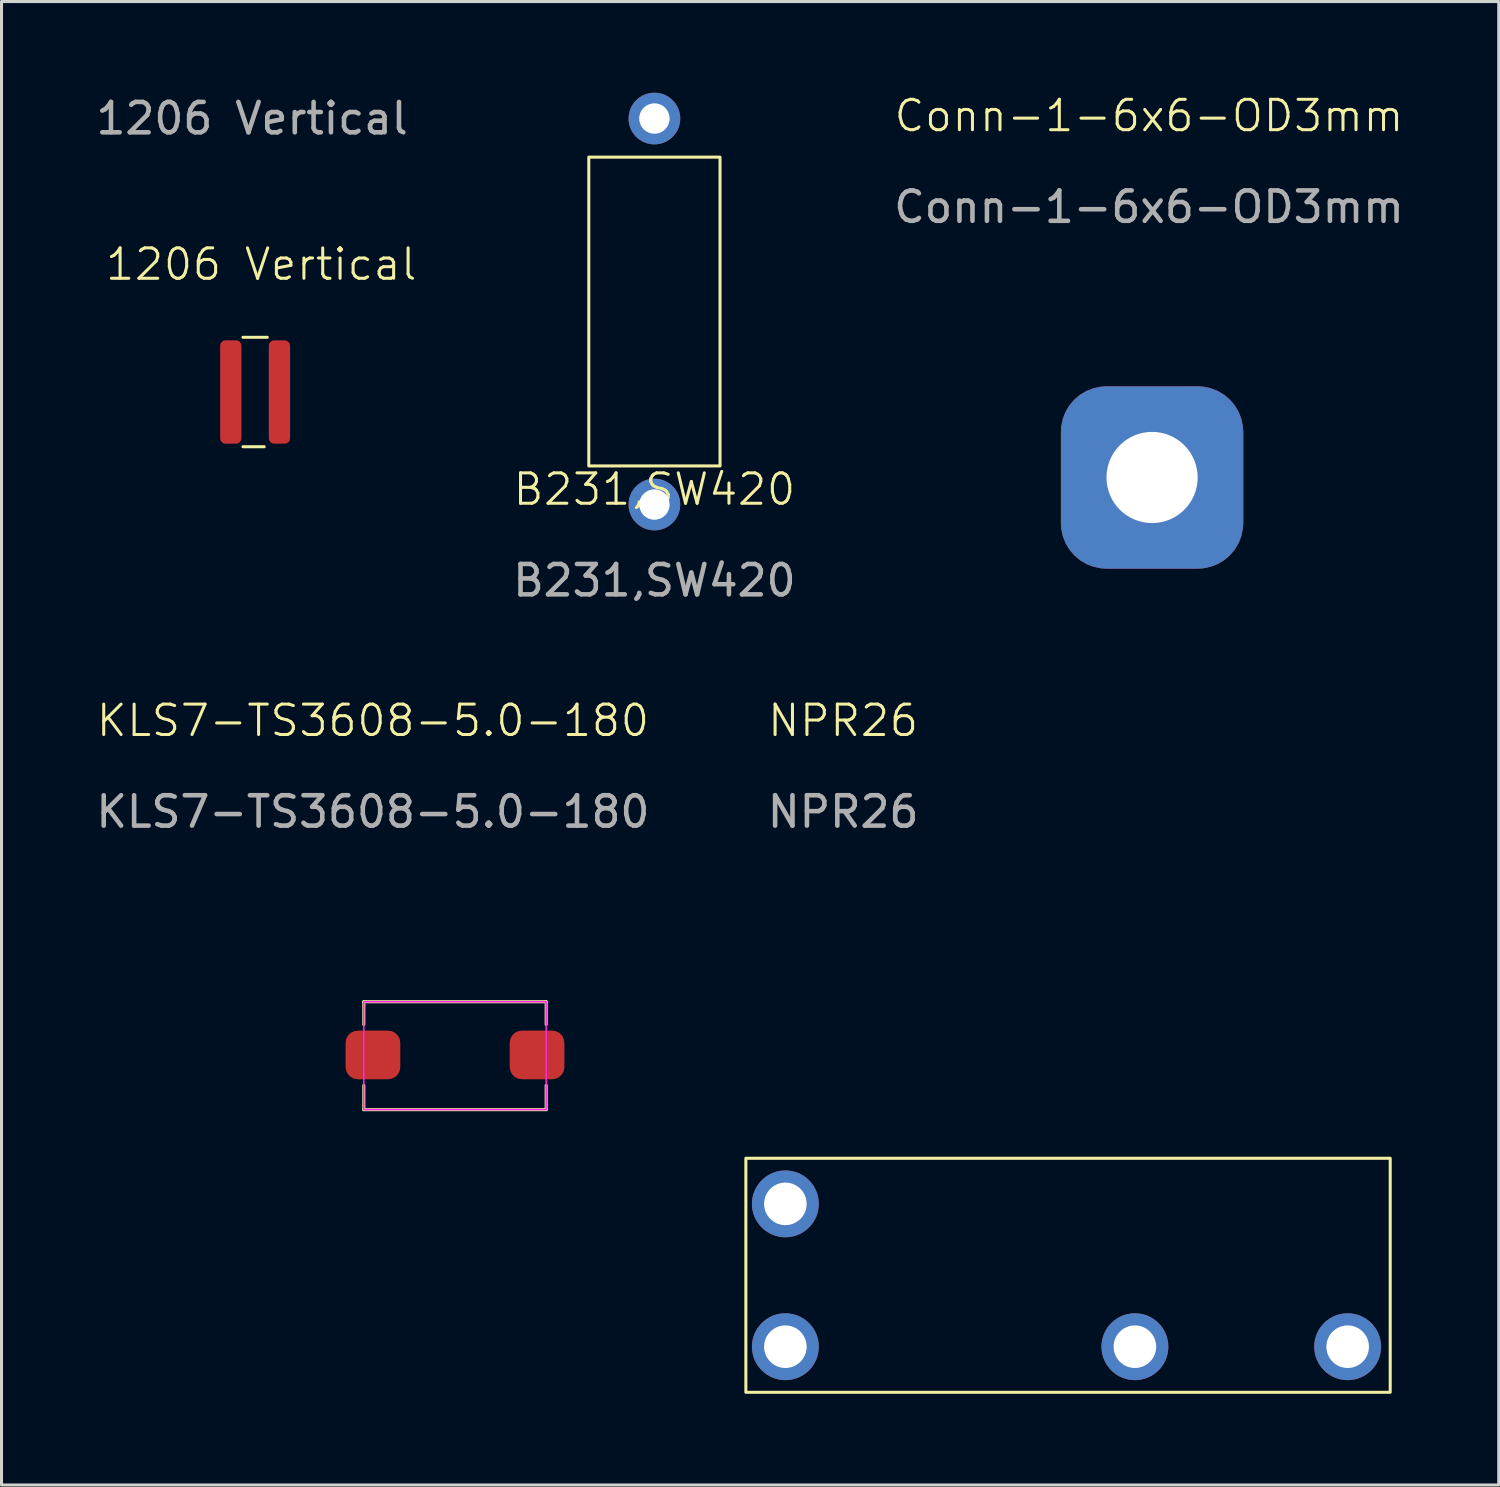
<source format=kicad_pcb>
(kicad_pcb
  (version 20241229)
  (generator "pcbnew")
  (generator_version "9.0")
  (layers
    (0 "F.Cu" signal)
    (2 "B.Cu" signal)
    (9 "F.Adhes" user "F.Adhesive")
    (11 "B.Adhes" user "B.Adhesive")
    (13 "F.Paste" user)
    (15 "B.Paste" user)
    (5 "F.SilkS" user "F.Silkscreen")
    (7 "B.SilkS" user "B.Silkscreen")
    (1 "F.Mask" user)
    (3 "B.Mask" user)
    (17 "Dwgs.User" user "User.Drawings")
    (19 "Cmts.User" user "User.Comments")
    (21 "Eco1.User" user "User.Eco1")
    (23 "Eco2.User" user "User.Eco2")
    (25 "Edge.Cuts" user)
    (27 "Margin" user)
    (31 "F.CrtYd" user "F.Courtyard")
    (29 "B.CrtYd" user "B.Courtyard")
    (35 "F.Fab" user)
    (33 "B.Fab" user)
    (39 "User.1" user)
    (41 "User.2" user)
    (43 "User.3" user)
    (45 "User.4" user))
  (footprint "NPR26"
    (layer "F.Cu")
    (at 26.19 36.559)
    (property "Reference" "NPR26" (at -1.5 -15.9 0) (unlocked yes) (layer "F.SilkS") (effects (font (size 1 1) (thickness 0.1))))
    (attr smd)
    (fp_rect (start -4.7 -1.5) (end 16.5 6.2) (stroke (width 0.1) (type default)) (fill no) (layer "F.SilkS"))
    (fp_text user "${REFERENCE}" (at -1.5 -12.9 0) (unlocked yes) (layer "F.Fab") (effects (font (size 1 1) (thickness 0.15))))
    (pad "1" thru_hole circle (at -3.4 0) (size 2.2 2.2) (drill 1.4) (layers "*.Cu" "*.Mask"))
    (pad "2" thru_hole circle (at 8.1 4.7) (size 2.2 2.2) (drill 1.4) (layers "*.Cu" "*.Mask"))
    (pad "6" thru_hole circle (at 15.1 4.7) (size 2.2 2.2) (drill 1.4) (layers "*.Cu" "*.Mask"))
    (pad "7" thru_hole circle (at -3.4 4.7) (size 2.2 2.2) (drill 1.4) (layers "*.Cu" "*.Mask")))
  (footprint "1206 Vertical"
    (layer "F.Cu")
    (at 5.344 9.848)
    (property "Reference" "1206 Vertical" (at 0.2 -4.2 0) (unlocked yes) (layer "F.SilkS") (effects (font (size 1 1) (thickness 0.1))))
    (attr smd)
    (fp_line (start -0.4 -1.8) (end 0.4 -1.8) (stroke (width 0.1) (type default)) (layer "F.SilkS"))
    (fp_line (start -0.4 1.8) (end 0.3 1.8) (stroke (width 0.1) (type default)) (layer "F.SilkS"))
    (fp_text user "${REFERENCE}" (at -0.1 -9 0) (unlocked yes) (layer "F.Fab") (effects (font (size 1 1) (thickness 0.15))))
    (pad "1" smd roundrect (at -0.8 0) (size 0.7 3.4) (layers "F.Cu" "F.Mask" "F.Paste") (roundrect_rratio 0.25))
    (pad "2" smd roundrect (at 0.8 0) (size 0.7 3.4) (layers "F.Cu" "F.Mask" "F.Paste") (roundrect_rratio 0.25)))
  (footprint "KLS7-TS3608-5.0-180"
    (layer "F.Cu")
    (at 9.22 31.659)
    (property "Reference" "KLS7-TS3608-5.0-180" (at 0 -11 0) (unlocked yes) (layer "F.SilkS") (effects (font (size 1 1) (thickness 0.1))))
    (attr smd)
    (fp_line (start -0.3 -1.75) (end -0.3 -1) (stroke (width 0.1) (type default)) (layer "F.SilkS"))
    (fp_line (start -0.3 -1.75) (end 5.7 -1.75) (stroke (width 0.1) (type default)) (layer "F.SilkS"))
    (fp_line (start -0.3 1.8) (end -0.3 1) (stroke (width 0.1) (type default)) (layer "F.SilkS"))
    (fp_line (start -0.3 1.8) (end 5.7 1.8) (stroke (width 0.1) (type default)) (layer "F.SilkS"))
    (fp_line (start 5.7 -1.75) (end 5.7 -1) (stroke (width 0.1) (type default)) (layer "F.SilkS"))
    (fp_line (start 5.7 1.8) (end 5.7 1) (stroke (width 0.1) (type default)) (layer "F.SilkS"))
    (fp_rect (start -0.3 -1.75) (end 5.7 1.8) (stroke (width 0.05) (type default)) (fill no) (layer "F.CrtYd"))
    (fp_text user "${REFERENCE}" (at 0 -8 0) (unlocked yes) (layer "F.Fab") (effects (font (size 1 1) (thickness 0.15))))
    (pad "1" smd roundrect (at 0 0) (size 1.8 1.6) (layers "F.Cu" "F.Mask" "F.Paste") (roundrect_rratio 0.25))
    (pad "2" smd roundrect (at 5.4 0) (size 1.8 1.6) (layers "F.Cu" "F.Mask" "F.Paste") (roundrect_rratio 0.25)))
  (footprint "B231,SW420"
    (layer "F.Cu")
    (at 18.481 13.55)
    (property "Reference" "B231,SW420" (at 0 -0.5 0) (unlocked yes) (layer "F.SilkS") (effects (font (size 1 1) (thickness 0.1))))
    (attr smd)
    (fp_rect (start -2.159 -11.43) (end 2.159 -1.27) (stroke (width 0.1) (type default)) (fill no) (layer "F.SilkS"))
    (fp_text user "${REFERENCE}" (at 0 2.5 0) (unlocked yes) (layer "F.Fab") (effects (font (size 1 1) (thickness 0.15))))
    (pad "1" thru_hole circle (at 0 0) (size 1.7 1.7) (drill 1) (layers "*.Cu" "*.Mask"))
    (pad "2" thru_hole circle (at 0 -12.7) (size 1.7 1.7) (drill 1) (layers "*.Cu" "*.Mask")))
  (footprint "Conn-1-6x6-OD3mm"
    (layer "F.Cu")
    (at 34.855 12.56)
    (property "Reference" "Conn-1-6x6-OD3mm" (at -0.1 -11.8 0) (unlocked yes) (layer "F.SilkS") (effects (font (size 1 1) (thickness 0.1))))
    (attr smd)
    (fp_text user "${REFERENCE}" (at -0.1 -8.8 0) (unlocked yes) (layer "F.Fab") (effects (font (size 1 1) (thickness 0.15))))
    (pad "1" thru_hole roundrect (at 0 0.1) (size 6 6) (drill 3) (layers "*.Cu" "*.Mask") (roundrect_rratio 0.25)))
  (gr_rect
    (start -3 -3)
    (end 46.261 45.809)
    (stroke (width 0.1) (type default))
    (fill no)
    (layer "Edge.Cuts")))
</source>
